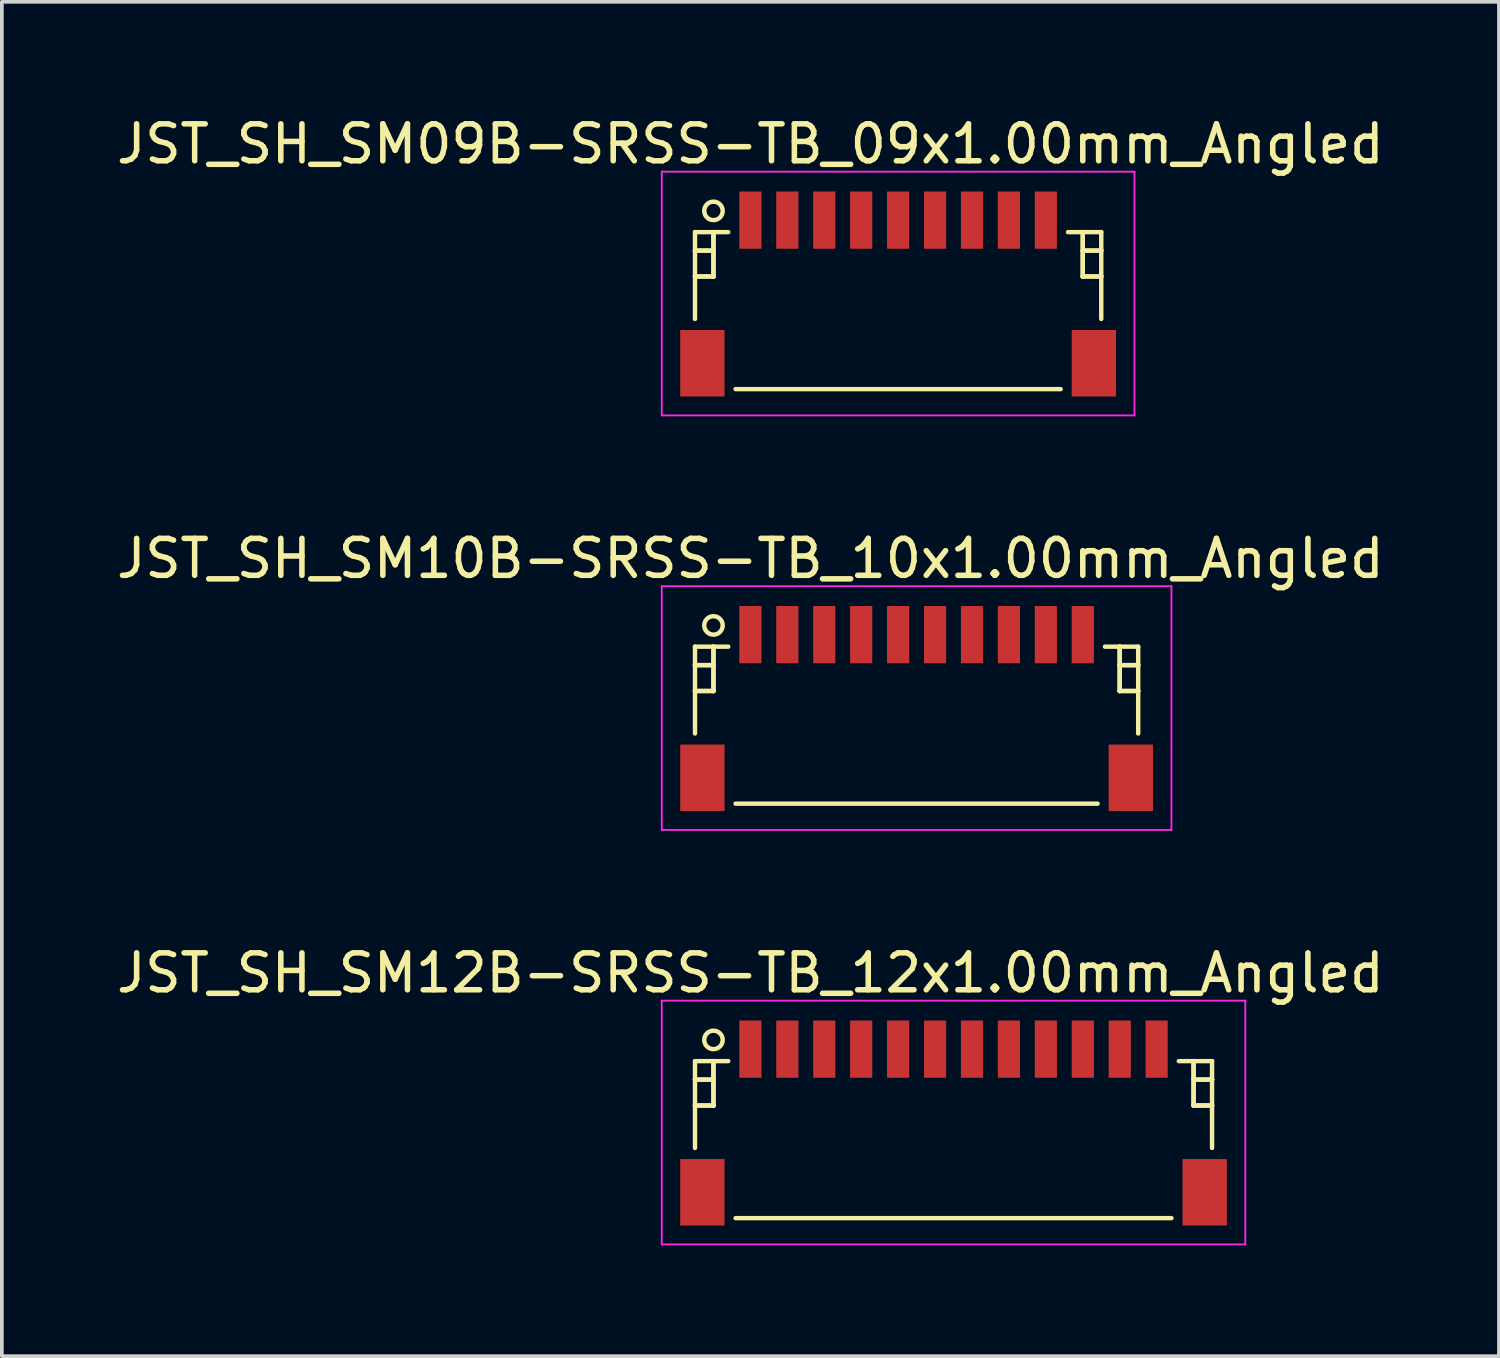
<source format=kicad_pcb>
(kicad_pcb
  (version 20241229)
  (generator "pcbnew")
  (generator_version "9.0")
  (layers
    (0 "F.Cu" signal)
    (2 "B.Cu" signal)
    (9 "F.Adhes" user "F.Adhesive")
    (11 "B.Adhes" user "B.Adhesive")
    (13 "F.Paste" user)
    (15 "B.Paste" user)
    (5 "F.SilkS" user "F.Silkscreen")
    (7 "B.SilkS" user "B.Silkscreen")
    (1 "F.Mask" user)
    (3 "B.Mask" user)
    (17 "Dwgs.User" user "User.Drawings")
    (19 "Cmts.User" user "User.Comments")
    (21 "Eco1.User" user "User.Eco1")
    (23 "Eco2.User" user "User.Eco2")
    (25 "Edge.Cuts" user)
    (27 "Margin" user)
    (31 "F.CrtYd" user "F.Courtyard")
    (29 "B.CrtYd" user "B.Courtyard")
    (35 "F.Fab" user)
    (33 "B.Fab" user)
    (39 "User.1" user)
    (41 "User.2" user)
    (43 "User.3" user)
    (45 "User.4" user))
  (footprint "JST_SH_SM12B-SRSS-TB_12x1.00mm_Angled"
    (layer "F.Cu")
    (at 22.768 27.295)
    (property "Reference" "JST_SH_SM12B-SRSS-TB_12x1.00mm_Angled" (at -5.5 -4 0) (layer "F.SilkS") (effects (font (size 1 1) (thickness 0.15))))
    (attr smd)
    (fp_line (start -7 -1.613) (end -6.1 -1.613) (stroke (width 0.12) (type solid)) (layer "F.SilkS"))
    (fp_line (start -7 -1.113) (end -7 -1.113) (stroke (width 0.12) (type solid)) (layer "F.SilkS"))
    (fp_line (start -7 -1.113) (end -6.5 -1.113) (stroke (width 0.12) (type solid)) (layer "F.SilkS"))
    (fp_line (start -7 -0.412) (end -7 -0.412) (stroke (width 0.12) (type solid)) (layer "F.SilkS"))
    (fp_line (start -7 -0.412) (end -6.5 -0.412) (stroke (width 0.12) (type solid)) (layer "F.SilkS"))
    (fp_line (start -7 0.738) (end -7 -1.613) (stroke (width 0.12) (type solid)) (layer "F.SilkS"))
    (fp_line (start -6.5 -1.613) (end -6.5 -1.613) (stroke (width 0.12) (type solid)) (layer "F.SilkS"))
    (fp_line (start -6.5 -1.613) (end -6.5 -0.412) (stroke (width 0.12) (type solid)) (layer "F.SilkS"))
    (fp_line (start -6.5 -1.113) (end -7 -1.113) (stroke (width 0.12) (type solid)) (layer "F.SilkS"))
    (fp_line (start -6.5 -1.113) (end -6.5 -1.113) (stroke (width 0.12) (type solid)) (layer "F.SilkS"))
    (fp_line (start -6.5 -0.412) (end -7 -0.412) (stroke (width 0.12) (type solid)) (layer "F.SilkS"))
    (fp_line (start -6.5 -0.412) (end -6.5 -1.613) (stroke (width 0.12) (type solid)) (layer "F.SilkS"))
    (fp_line (start -6.5 -0.412) (end -6.5 -0.412) (stroke (width 0.12) (type solid)) (layer "F.SilkS"))
    (fp_line (start -6.5 -0.412) (end -6.5 -0.412) (stroke (width 0.12) (type solid)) (layer "F.SilkS"))
    (fp_line (start -5.9 2.638) (end 5.9 2.638) (stroke (width 0.12) (type solid)) (layer "F.SilkS"))
    (fp_line (start 6.5 -1.613) (end 6.5 -1.613) (stroke (width 0.12) (type solid)) (layer "F.SilkS"))
    (fp_line (start 6.5 -1.613) (end 6.5 -0.412) (stroke (width 0.12) (type solid)) (layer "F.SilkS"))
    (fp_line (start 6.5 -1.113) (end 6.5 -1.113) (stroke (width 0.12) (type solid)) (layer "F.SilkS"))
    (fp_line (start 6.5 -1.113) (end 7 -1.113) (stroke (width 0.12) (type solid)) (layer "F.SilkS"))
    (fp_line (start 6.5 -0.412) (end 6.5 -1.613) (stroke (width 0.12) (type solid)) (layer "F.SilkS"))
    (fp_line (start 6.5 -0.412) (end 6.5 -0.412) (stroke (width 0.12) (type solid)) (layer "F.SilkS"))
    (fp_line (start 6.5 -0.412) (end 6.5 -0.412) (stroke (width 0.12) (type solid)) (layer "F.SilkS"))
    (fp_line (start 6.5 -0.412) (end 7 -0.412) (stroke (width 0.12) (type solid)) (layer "F.SilkS"))
    (fp_line (start 7 -1.613) (end 6.1 -1.613) (stroke (width 0.12) (type solid)) (layer "F.SilkS"))
    (fp_line (start 7 -1.113) (end 6.5 -1.113) (stroke (width 0.12) (type solid)) (layer "F.SilkS"))
    (fp_line (start 7 -1.113) (end 7 -1.113) (stroke (width 0.12) (type solid)) (layer "F.SilkS"))
    (fp_line (start 7 -0.412) (end 6.5 -0.412) (stroke (width 0.12) (type solid)) (layer "F.SilkS"))
    (fp_line (start 7 -0.412) (end 7 -0.412) (stroke (width 0.12) (type solid)) (layer "F.SilkS"))
    (fp_line (start 7 0.738) (end 7 -1.613) (stroke (width 0.12) (type solid)) (layer "F.SilkS"))
    (fp_circle (center -6.5 -2.188) (end -6.25 -2.188) (stroke (width 0.12) (type solid)) (fill no) (layer "F.SilkS"))
    (fp_line (start -7.9 -3.25) (end 7.9 -3.25) (stroke (width 0.05) (type solid)) (layer "F.CrtYd"))
    (fp_line (start -7.9 3.35) (end -7.9 -3.25) (stroke (width 0.05) (type solid)) (layer "F.CrtYd"))
    (fp_line (start 7.9 -3.25) (end 7.9 3.35) (stroke (width 0.05) (type solid)) (layer "F.CrtYd"))
    (fp_line (start 7.9 3.35) (end -7.9 3.35) (stroke (width 0.05) (type solid)) (layer "F.CrtYd"))
    (pad "" smd rect (at -6.8 1.938) (size 1.2 1.8) (layers "F.Cu" "F.Mask" "F.Paste"))
    (pad "" smd rect (at 6.8 1.938) (size 1.2 1.8) (layers "F.Cu" "F.Mask" "F.Paste"))
    (pad "1" smd rect (at -5.5 -1.938) (size 0.6 1.55) (layers "F.Cu" "F.Mask" "F.Paste"))
    (pad "2" smd rect (at -4.5 -1.938) (size 0.6 1.55) (layers "F.Cu" "F.Mask" "F.Paste"))
    (pad "3" smd rect (at -3.5 -1.938) (size 0.6 1.55) (layers "F.Cu" "F.Mask" "F.Paste"))
    (pad "4" smd rect (at -2.5 -1.938) (size 0.6 1.55) (layers "F.Cu" "F.Mask" "F.Paste"))
    (pad "5" smd rect (at -1.5 -1.938) (size 0.6 1.55) (layers "F.Cu" "F.Mask" "F.Paste"))
    (pad "6" smd rect (at -0.5 -1.938) (size 0.6 1.55) (layers "F.Cu" "F.Mask" "F.Paste"))
    (pad "7" smd rect (at 0.5 -1.938) (size 0.6 1.55) (layers "F.Cu" "F.Mask" "F.Paste"))
    (pad "8" smd rect (at 1.5 -1.938) (size 0.6 1.55) (layers "F.Cu" "F.Mask" "F.Paste"))
    (pad "9" smd rect (at 2.5 -1.938) (size 0.6 1.55) (layers "F.Cu" "F.Mask" "F.Paste"))
    (pad "10" smd rect (at 3.5 -1.938) (size 0.6 1.55) (layers "F.Cu" "F.Mask" "F.Paste"))
    (pad "11" smd rect (at 4.5 -1.938) (size 0.6 1.55) (layers "F.Cu" "F.Mask" "F.Paste"))
    (pad "12" smd rect (at 5.5 -1.938) (size 0.6 1.55) (layers "F.Cu" "F.Mask" "F.Paste")))
  (footprint "JST_SH_SM09B-SRSS-TB_09x1.00mm_Angled"
    (layer "F.Cu")
    (at 21.268 4.848)
    (property "Reference" "JST_SH_SM09B-SRSS-TB_09x1.00mm_Angled" (at -4 -4 0) (layer "F.SilkS") (effects (font (size 1 1) (thickness 0.15))))
    (attr smd)
    (fp_line (start -5.5 -1.613) (end -4.6 -1.613) (stroke (width 0.12) (type solid)) (layer "F.SilkS"))
    (fp_line (start -5.5 -1.113) (end -5.5 -1.113) (stroke (width 0.12) (type solid)) (layer "F.SilkS"))
    (fp_line (start -5.5 -1.113) (end -5 -1.113) (stroke (width 0.12) (type solid)) (layer "F.SilkS"))
    (fp_line (start -5.5 -0.412) (end -5.5 -0.412) (stroke (width 0.12) (type solid)) (layer "F.SilkS"))
    (fp_line (start -5.5 -0.412) (end -5 -0.412) (stroke (width 0.12) (type solid)) (layer "F.SilkS"))
    (fp_line (start -5.5 0.738) (end -5.5 -1.613) (stroke (width 0.12) (type solid)) (layer "F.SilkS"))
    (fp_line (start -5 -1.613) (end -5 -1.613) (stroke (width 0.12) (type solid)) (layer "F.SilkS"))
    (fp_line (start -5 -1.613) (end -5 -0.412) (stroke (width 0.12) (type solid)) (layer "F.SilkS"))
    (fp_line (start -5 -1.113) (end -5.5 -1.113) (stroke (width 0.12) (type solid)) (layer "F.SilkS"))
    (fp_line (start -5 -1.113) (end -5 -1.113) (stroke (width 0.12) (type solid)) (layer "F.SilkS"))
    (fp_line (start -5 -0.412) (end -5.5 -0.412) (stroke (width 0.12) (type solid)) (layer "F.SilkS"))
    (fp_line (start -5 -0.412) (end -5 -1.613) (stroke (width 0.12) (type solid)) (layer "F.SilkS"))
    (fp_line (start -5 -0.412) (end -5 -0.412) (stroke (width 0.12) (type solid)) (layer "F.SilkS"))
    (fp_line (start -5 -0.412) (end -5 -0.412) (stroke (width 0.12) (type solid)) (layer "F.SilkS"))
    (fp_line (start -4.4 2.638) (end 4.4 2.638) (stroke (width 0.12) (type solid)) (layer "F.SilkS"))
    (fp_line (start 5 -1.613) (end 5 -1.613) (stroke (width 0.12) (type solid)) (layer "F.SilkS"))
    (fp_line (start 5 -1.613) (end 5 -0.412) (stroke (width 0.12) (type solid)) (layer "F.SilkS"))
    (fp_line (start 5 -1.113) (end 5 -1.113) (stroke (width 0.12) (type solid)) (layer "F.SilkS"))
    (fp_line (start 5 -1.113) (end 5.5 -1.113) (stroke (width 0.12) (type solid)) (layer "F.SilkS"))
    (fp_line (start 5 -0.412) (end 5 -1.613) (stroke (width 0.12) (type solid)) (layer "F.SilkS"))
    (fp_line (start 5 -0.412) (end 5 -0.412) (stroke (width 0.12) (type solid)) (layer "F.SilkS"))
    (fp_line (start 5 -0.412) (end 5 -0.412) (stroke (width 0.12) (type solid)) (layer "F.SilkS"))
    (fp_line (start 5 -0.412) (end 5.5 -0.412) (stroke (width 0.12) (type solid)) (layer "F.SilkS"))
    (fp_line (start 5.5 -1.613) (end 4.6 -1.613) (stroke (width 0.12) (type solid)) (layer "F.SilkS"))
    (fp_line (start 5.5 -1.113) (end 5 -1.113) (stroke (width 0.12) (type solid)) (layer "F.SilkS"))
    (fp_line (start 5.5 -1.113) (end 5.5 -1.113) (stroke (width 0.12) (type solid)) (layer "F.SilkS"))
    (fp_line (start 5.5 -0.412) (end 5 -0.412) (stroke (width 0.12) (type solid)) (layer "F.SilkS"))
    (fp_line (start 5.5 -0.412) (end 5.5 -0.412) (stroke (width 0.12) (type solid)) (layer "F.SilkS"))
    (fp_line (start 5.5 0.738) (end 5.5 -1.613) (stroke (width 0.12) (type solid)) (layer "F.SilkS"))
    (fp_circle (center -5 -2.188) (end -4.75 -2.188) (stroke (width 0.12) (type solid)) (fill no) (layer "F.SilkS"))
    (fp_line (start -6.4 -3.25) (end 6.4 -3.25) (stroke (width 0.05) (type solid)) (layer "F.CrtYd"))
    (fp_line (start -6.4 3.35) (end -6.4 -3.25) (stroke (width 0.05) (type solid)) (layer "F.CrtYd"))
    (fp_line (start 6.4 -3.25) (end 6.4 3.35) (stroke (width 0.05) (type solid)) (layer "F.CrtYd"))
    (fp_line (start 6.4 3.35) (end -6.4 3.35) (stroke (width 0.05) (type solid)) (layer "F.CrtYd"))
    (pad "" smd rect (at -5.3 1.938) (size 1.2 1.8) (layers "F.Cu" "F.Mask" "F.Paste"))
    (pad "" smd rect (at 5.3 1.938) (size 1.2 1.8) (layers "F.Cu" "F.Mask" "F.Paste"))
    (pad "1" smd rect (at -4 -1.938) (size 0.6 1.55) (layers "F.Cu" "F.Mask" "F.Paste"))
    (pad "2" smd rect (at -3 -1.938) (size 0.6 1.55) (layers "F.Cu" "F.Mask" "F.Paste"))
    (pad "3" smd rect (at -2 -1.938) (size 0.6 1.55) (layers "F.Cu" "F.Mask" "F.Paste"))
    (pad "4" smd rect (at -1 -1.938) (size 0.6 1.55) (layers "F.Cu" "F.Mask" "F.Paste"))
    (pad "5" smd rect (at 0 -1.938) (size 0.6 1.55) (layers "F.Cu" "F.Mask" "F.Paste"))
    (pad "6" smd rect (at 1 -1.938) (size 0.6 1.55) (layers "F.Cu" "F.Mask" "F.Paste"))
    (pad "7" smd rect (at 2 -1.938) (size 0.6 1.55) (layers "F.Cu" "F.Mask" "F.Paste"))
    (pad "8" smd rect (at 3 -1.938) (size 0.6 1.55) (layers "F.Cu" "F.Mask" "F.Paste"))
    (pad "9" smd rect (at 4 -1.938) (size 0.6 1.55) (layers "F.Cu" "F.Mask" "F.Paste")))
  (footprint "JST_SH_SM10B-SRSS-TB_10x1.00mm_Angled"
    (layer "F.Cu")
    (at 21.768 16.072)
    (property "Reference" "JST_SH_SM10B-SRSS-TB_10x1.00mm_Angled" (at -4.5 -4 0) (layer "F.SilkS") (effects (font (size 1 1) (thickness 0.15))))
    (attr smd)
    (fp_line (start -6 -1.613) (end -5.1 -1.613) (stroke (width 0.12) (type solid)) (layer "F.SilkS"))
    (fp_line (start -6 -1.113) (end -6 -1.113) (stroke (width 0.12) (type solid)) (layer "F.SilkS"))
    (fp_line (start -6 -1.113) (end -5.5 -1.113) (stroke (width 0.12) (type solid)) (layer "F.SilkS"))
    (fp_line (start -6 -0.412) (end -6 -0.412) (stroke (width 0.12) (type solid)) (layer "F.SilkS"))
    (fp_line (start -6 -0.412) (end -5.5 -0.412) (stroke (width 0.12) (type solid)) (layer "F.SilkS"))
    (fp_line (start -6 0.738) (end -6 -1.613) (stroke (width 0.12) (type solid)) (layer "F.SilkS"))
    (fp_line (start -5.5 -1.613) (end -5.5 -1.613) (stroke (width 0.12) (type solid)) (layer "F.SilkS"))
    (fp_line (start -5.5 -1.613) (end -5.5 -0.412) (stroke (width 0.12) (type solid)) (layer "F.SilkS"))
    (fp_line (start -5.5 -1.113) (end -6 -1.113) (stroke (width 0.12) (type solid)) (layer "F.SilkS"))
    (fp_line (start -5.5 -1.113) (end -5.5 -1.113) (stroke (width 0.12) (type solid)) (layer "F.SilkS"))
    (fp_line (start -5.5 -0.412) (end -6 -0.412) (stroke (width 0.12) (type solid)) (layer "F.SilkS"))
    (fp_line (start -5.5 -0.412) (end -5.5 -1.613) (stroke (width 0.12) (type solid)) (layer "F.SilkS"))
    (fp_line (start -5.5 -0.412) (end -5.5 -0.412) (stroke (width 0.12) (type solid)) (layer "F.SilkS"))
    (fp_line (start -5.5 -0.412) (end -5.5 -0.412) (stroke (width 0.12) (type solid)) (layer "F.SilkS"))
    (fp_line (start -4.9 2.638) (end 4.9 2.638) (stroke (width 0.12) (type solid)) (layer "F.SilkS"))
    (fp_line (start 5.5 -1.613) (end 5.5 -1.613) (stroke (width 0.12) (type solid)) (layer "F.SilkS"))
    (fp_line (start 5.5 -1.613) (end 5.5 -0.412) (stroke (width 0.12) (type solid)) (layer "F.SilkS"))
    (fp_line (start 5.5 -1.113) (end 5.5 -1.113) (stroke (width 0.12) (type solid)) (layer "F.SilkS"))
    (fp_line (start 5.5 -1.113) (end 6 -1.113) (stroke (width 0.12) (type solid)) (layer "F.SilkS"))
    (fp_line (start 5.5 -0.412) (end 5.5 -1.613) (stroke (width 0.12) (type solid)) (layer "F.SilkS"))
    (fp_line (start 5.5 -0.412) (end 5.5 -0.412) (stroke (width 0.12) (type solid)) (layer "F.SilkS"))
    (fp_line (start 5.5 -0.412) (end 5.5 -0.412) (stroke (width 0.12) (type solid)) (layer "F.SilkS"))
    (fp_line (start 5.5 -0.412) (end 6 -0.412) (stroke (width 0.12) (type solid)) (layer "F.SilkS"))
    (fp_line (start 6 -1.613) (end 5.1 -1.613) (stroke (width 0.12) (type solid)) (layer "F.SilkS"))
    (fp_line (start 6 -1.113) (end 5.5 -1.113) (stroke (width 0.12) (type solid)) (layer "F.SilkS"))
    (fp_line (start 6 -1.113) (end 6 -1.113) (stroke (width 0.12) (type solid)) (layer "F.SilkS"))
    (fp_line (start 6 -0.412) (end 5.5 -0.412) (stroke (width 0.12) (type solid)) (layer "F.SilkS"))
    (fp_line (start 6 -0.412) (end 6 -0.412) (stroke (width 0.12) (type solid)) (layer "F.SilkS"))
    (fp_line (start 6 0.738) (end 6 -1.613) (stroke (width 0.12) (type solid)) (layer "F.SilkS"))
    (fp_circle (center -5.5 -2.188) (end -5.25 -2.188) (stroke (width 0.12) (type solid)) (fill no) (layer "F.SilkS"))
    (fp_line (start -6.9 -3.25) (end 6.9 -3.25) (stroke (width 0.05) (type solid)) (layer "F.CrtYd"))
    (fp_line (start -6.9 3.35) (end -6.9 -3.25) (stroke (width 0.05) (type solid)) (layer "F.CrtYd"))
    (fp_line (start 6.9 -3.25) (end 6.9 3.35) (stroke (width 0.05) (type solid)) (layer "F.CrtYd"))
    (fp_line (start 6.9 3.35) (end -6.9 3.35) (stroke (width 0.05) (type solid)) (layer "F.CrtYd"))
    (pad "" smd rect (at -5.8 1.938) (size 1.2 1.8) (layers "F.Cu" "F.Mask" "F.Paste"))
    (pad "" smd rect (at 5.8 1.938) (size 1.2 1.8) (layers "F.Cu" "F.Mask" "F.Paste"))
    (pad "1" smd rect (at -4.5 -1.938) (size 0.6 1.55) (layers "F.Cu" "F.Mask" "F.Paste"))
    (pad "2" smd rect (at -3.5 -1.938) (size 0.6 1.55) (layers "F.Cu" "F.Mask" "F.Paste"))
    (pad "3" smd rect (at -2.5 -1.938) (size 0.6 1.55) (layers "F.Cu" "F.Mask" "F.Paste"))
    (pad "4" smd rect (at -1.5 -1.938) (size 0.6 1.55) (layers "F.Cu" "F.Mask" "F.Paste"))
    (pad "5" smd rect (at -0.5 -1.938) (size 0.6 1.55) (layers "F.Cu" "F.Mask" "F.Paste"))
    (pad "6" smd rect (at 0.5 -1.938) (size 0.6 1.55) (layers "F.Cu" "F.Mask" "F.Paste"))
    (pad "7" smd rect (at 1.5 -1.938) (size 0.6 1.55) (layers "F.Cu" "F.Mask" "F.Paste"))
    (pad "8" smd rect (at 2.5 -1.938) (size 0.6 1.55) (layers "F.Cu" "F.Mask" "F.Paste"))
    (pad "9" smd rect (at 3.5 -1.938) (size 0.6 1.55) (layers "F.Cu" "F.Mask" "F.Paste"))
    (pad "10" smd rect (at 4.5 -1.938) (size 0.6 1.55) (layers "F.Cu" "F.Mask" "F.Paste")))
  (gr_rect
    (start -3 -3)
    (end 37.536 33.67)
    (stroke (width 0.1) (type default))
    (fill no)
    (layer "Edge.Cuts")))
</source>
